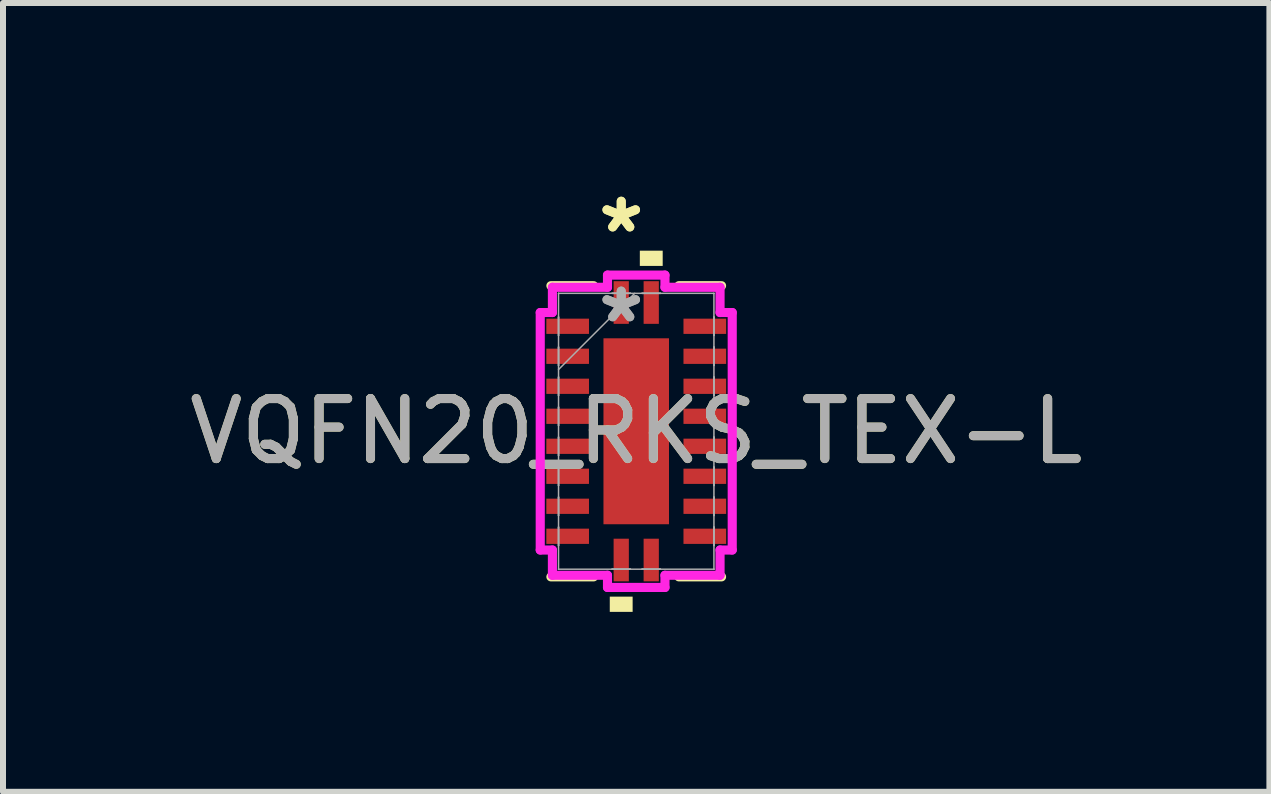
<source format=kicad_pcb>
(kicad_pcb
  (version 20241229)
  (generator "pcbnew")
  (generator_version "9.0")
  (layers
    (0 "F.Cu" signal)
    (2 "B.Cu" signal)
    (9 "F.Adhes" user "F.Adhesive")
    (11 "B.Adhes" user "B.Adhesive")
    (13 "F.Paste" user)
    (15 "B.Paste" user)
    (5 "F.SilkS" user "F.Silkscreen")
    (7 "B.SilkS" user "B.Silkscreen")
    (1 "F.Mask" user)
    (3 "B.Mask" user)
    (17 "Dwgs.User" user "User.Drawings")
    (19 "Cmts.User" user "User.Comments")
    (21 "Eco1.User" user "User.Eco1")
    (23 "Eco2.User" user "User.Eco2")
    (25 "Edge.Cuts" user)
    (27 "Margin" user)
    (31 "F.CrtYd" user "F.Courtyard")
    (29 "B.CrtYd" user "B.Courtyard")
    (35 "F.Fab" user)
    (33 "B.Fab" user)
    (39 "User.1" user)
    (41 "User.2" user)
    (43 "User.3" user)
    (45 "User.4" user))
  (footprint "VQFN20_RKS_TEX-L"
    (layer "F.Cu")
    (at 7.554 4.138)
    (property "Reference" "VQFN20_RKS_TEX-L" (at 0 0 0) (unlocked yes) (layer "F.SilkS") (effects (font (size 1 1) (thickness 0.15))))
    (attr smd)
    (fp_line (start -1.422 2.426) (end -0.71 2.426) (stroke (width 0.152) (type solid)) (layer "F.SilkS"))
    (fp_line (start -0.71 -2.426) (end -1.422 -2.426) (stroke (width 0.152) (type solid)) (layer "F.SilkS"))
    (fp_line (start 0.71 2.426) (end 1.422 2.426) (stroke (width 0.152) (type solid)) (layer "F.SilkS"))
    (fp_line (start 1.422 -2.426) (end 0.71 -2.426) (stroke (width 0.152) (type solid)) (layer "F.SilkS"))
    (fp_poly (pts (xy -0.441 2.756) (xy -0.441 3.01) (xy -0.06 3.01) (xy -0.06 2.756)) (stroke (width 0) (type solid)) (fill yes) (layer "F.SilkS"))
    (fp_poly (pts (xy 0.06 -2.756) (xy 0.06 -3.01) (xy 0.441 -3.01) (xy 0.441 -2.756)) (stroke (width 0) (type solid)) (fill yes) (layer "F.SilkS"))
    (fp_poly (pts (xy -0.446 -1.449) (xy -0.446 -0.1) (xy 0.446 -0.1) (xy 0.446 -1.449)) (stroke (width 0) (type solid)) (fill yes) (layer "F.Paste"))
    (fp_poly (pts (xy -0.446 0.1) (xy -0.446 1.449) (xy 0.446 1.449) (xy 0.446 0.1)) (stroke (width 0) (type solid)) (fill yes) (layer "F.Paste"))
    (fp_line (start -1.6 -1.979) (end -1.397 -1.979) (stroke (width 0.152) (type solid)) (layer "F.CrtYd"))
    (fp_line (start -1.6 1.979) (end -1.6 -1.979) (stroke (width 0.152) (type solid)) (layer "F.CrtYd"))
    (fp_line (start -1.397 -2.4) (end -0.479 -2.4) (stroke (width 0.152) (type solid)) (layer "F.CrtYd"))
    (fp_line (start -1.397 -1.979) (end -1.397 -2.4) (stroke (width 0.152) (type solid)) (layer "F.CrtYd"))
    (fp_line (start -1.397 1.979) (end -1.6 1.979) (stroke (width 0.152) (type solid)) (layer "F.CrtYd"))
    (fp_line (start -1.397 2.4) (end -1.397 1.979) (stroke (width 0.152) (type solid)) (layer "F.CrtYd"))
    (fp_line (start -0.479 -2.603) (end 0.479 -2.603) (stroke (width 0.152) (type solid)) (layer "F.CrtYd"))
    (fp_line (start -0.479 -2.4) (end -0.479 -2.603) (stroke (width 0.152) (type solid)) (layer "F.CrtYd"))
    (fp_line (start -0.479 2.4) (end -1.397 2.4) (stroke (width 0.152) (type solid)) (layer "F.CrtYd"))
    (fp_line (start -0.479 2.603) (end -0.479 2.4) (stroke (width 0.152) (type solid)) (layer "F.CrtYd"))
    (fp_line (start 0.479 -2.603) (end 0.479 -2.4) (stroke (width 0.152) (type solid)) (layer "F.CrtYd"))
    (fp_line (start 0.479 -2.4) (end 1.397 -2.4) (stroke (width 0.152) (type solid)) (layer "F.CrtYd"))
    (fp_line (start 0.479 2.4) (end 0.479 2.603) (stroke (width 0.152) (type solid)) (layer "F.CrtYd"))
    (fp_line (start 0.479 2.603) (end -0.479 2.603) (stroke (width 0.152) (type solid)) (layer "F.CrtYd"))
    (fp_line (start 1.397 -2.4) (end 1.397 -1.979) (stroke (width 0.152) (type solid)) (layer "F.CrtYd"))
    (fp_line (start 1.397 -1.979) (end 1.6 -1.979) (stroke (width 0.152) (type solid)) (layer "F.CrtYd"))
    (fp_line (start 1.397 1.979) (end 1.397 2.4) (stroke (width 0.152) (type solid)) (layer "F.CrtYd"))
    (fp_line (start 1.397 2.4) (end 0.479 2.4) (stroke (width 0.152) (type solid)) (layer "F.CrtYd"))
    (fp_line (start 1.6 -1.979) (end 1.6 1.979) (stroke (width 0.152) (type solid)) (layer "F.CrtYd"))
    (fp_line (start 1.6 1.979) (end 1.397 1.979) (stroke (width 0.152) (type solid)) (layer "F.CrtYd"))
    (fp_line (start -1.295 -2.299) (end -1.295 -2.299) (stroke (width 0.025) (type solid)) (layer "F.Fab"))
    (fp_line (start -1.295 -2.299) (end -1.295 2.299) (stroke (width 0.025) (type solid)) (layer "F.Fab"))
    (fp_line (start -1.295 -1.903) (end -1.295 -1.903) (stroke (width 0.025) (type solid)) (layer "F.Fab"))
    (fp_line (start -1.295 -1.903) (end -1.295 -1.598) (stroke (width 0.025) (type solid)) (layer "F.Fab"))
    (fp_line (start -1.295 -1.598) (end -1.295 -1.903) (stroke (width 0.025) (type solid)) (layer "F.Fab"))
    (fp_line (start -1.295 -1.598) (end -1.295 -1.598) (stroke (width 0.025) (type solid)) (layer "F.Fab"))
    (fp_line (start -1.295 -1.403) (end -1.295 -1.403) (stroke (width 0.025) (type solid)) (layer "F.Fab"))
    (fp_line (start -1.295 -1.403) (end -1.295 -1.098) (stroke (width 0.025) (type solid)) (layer "F.Fab"))
    (fp_line (start -1.295 -1.098) (end -1.295 -1.403) (stroke (width 0.025) (type solid)) (layer "F.Fab"))
    (fp_line (start -1.295 -1.098) (end -1.295 -1.098) (stroke (width 0.025) (type solid)) (layer "F.Fab"))
    (fp_line (start -1.295 -1.029) (end -0.025 -2.299) (stroke (width 0.025) (type solid)) (layer "F.Fab"))
    (fp_line (start -1.295 -0.903) (end -1.295 -0.903) (stroke (width 0.025) (type solid)) (layer "F.Fab"))
    (fp_line (start -1.295 -0.903) (end -1.295 -0.598) (stroke (width 0.025) (type solid)) (layer "F.Fab"))
    (fp_line (start -1.295 -0.598) (end -1.295 -0.903) (stroke (width 0.025) (type solid)) (layer "F.Fab"))
    (fp_line (start -1.295 -0.598) (end -1.295 -0.598) (stroke (width 0.025) (type solid)) (layer "F.Fab"))
    (fp_line (start -1.295 -0.402) (end -1.295 -0.402) (stroke (width 0.025) (type solid)) (layer "F.Fab"))
    (fp_line (start -1.295 -0.402) (end -1.295 -0.098) (stroke (width 0.025) (type solid)) (layer "F.Fab"))
    (fp_line (start -1.295 -0.098) (end -1.295 -0.402) (stroke (width 0.025) (type solid)) (layer "F.Fab"))
    (fp_line (start -1.295 -0.098) (end -1.295 -0.098) (stroke (width 0.025) (type solid)) (layer "F.Fab"))
    (fp_line (start -1.295 0.098) (end -1.295 0.098) (stroke (width 0.025) (type solid)) (layer "F.Fab"))
    (fp_line (start -1.295 0.098) (end -1.295 0.402) (stroke (width 0.025) (type solid)) (layer "F.Fab"))
    (fp_line (start -1.295 0.402) (end -1.295 0.098) (stroke (width 0.025) (type solid)) (layer "F.Fab"))
    (fp_line (start -1.295 0.402) (end -1.295 0.402) (stroke (width 0.025) (type solid)) (layer "F.Fab"))
    (fp_line (start -1.295 0.598) (end -1.295 0.598) (stroke (width 0.025) (type solid)) (layer "F.Fab"))
    (fp_line (start -1.295 0.598) (end -1.295 0.903) (stroke (width 0.025) (type solid)) (layer "F.Fab"))
    (fp_line (start -1.295 0.903) (end -1.295 0.598) (stroke (width 0.025) (type solid)) (layer "F.Fab"))
    (fp_line (start -1.295 0.903) (end -1.295 0.903) (stroke (width 0.025) (type solid)) (layer "F.Fab"))
    (fp_line (start -1.295 1.098) (end -1.295 1.098) (stroke (width 0.025) (type solid)) (layer "F.Fab"))
    (fp_line (start -1.295 1.098) (end -1.295 1.403) (stroke (width 0.025) (type solid)) (layer "F.Fab"))
    (fp_line (start -1.295 1.403) (end -1.295 1.098) (stroke (width 0.025) (type solid)) (layer "F.Fab"))
    (fp_line (start -1.295 1.403) (end -1.295 1.403) (stroke (width 0.025) (type solid)) (layer "F.Fab"))
    (fp_line (start -1.295 1.598) (end -1.295 1.598) (stroke (width 0.025) (type solid)) (layer "F.Fab"))
    (fp_line (start -1.295 1.598) (end -1.295 1.903) (stroke (width 0.025) (type solid)) (layer "F.Fab"))
    (fp_line (start -1.295 1.903) (end -1.295 1.598) (stroke (width 0.025) (type solid)) (layer "F.Fab"))
    (fp_line (start -1.295 1.903) (end -1.295 1.903) (stroke (width 0.025) (type solid)) (layer "F.Fab"))
    (fp_line (start -1.295 2.299) (end -1.295 2.299) (stroke (width 0.025) (type solid)) (layer "F.Fab"))
    (fp_line (start -1.295 2.299) (end 1.295 2.299) (stroke (width 0.025) (type solid)) (layer "F.Fab"))
    (fp_line (start -0.402 -2.299) (end -0.402 -2.299) (stroke (width 0.025) (type solid)) (layer "F.Fab"))
    (fp_line (start -0.402 -2.299) (end -0.098 -2.299) (stroke (width 0.025) (type solid)) (layer "F.Fab"))
    (fp_line (start -0.402 2.299) (end -0.402 2.299) (stroke (width 0.025) (type solid)) (layer "F.Fab"))
    (fp_line (start -0.402 2.299) (end -0.098 2.299) (stroke (width 0.025) (type solid)) (layer "F.Fab"))
    (fp_line (start -0.098 -2.299) (end -0.402 -2.299) (stroke (width 0.025) (type solid)) (layer "F.Fab"))
    (fp_line (start -0.098 -2.299) (end -0.098 -2.299) (stroke (width 0.025) (type solid)) (layer "F.Fab"))
    (fp_line (start -0.098 2.299) (end -0.402 2.299) (stroke (width 0.025) (type solid)) (layer "F.Fab"))
    (fp_line (start -0.098 2.299) (end -0.098 2.299) (stroke (width 0.025) (type solid)) (layer "F.Fab"))
    (fp_line (start 0.098 -2.299) (end 0.098 -2.299) (stroke (width 0.025) (type solid)) (layer "F.Fab"))
    (fp_line (start 0.098 -2.299) (end 0.402 -2.299) (stroke (width 0.025) (type solid)) (layer "F.Fab"))
    (fp_line (start 0.098 2.299) (end 0.098 2.299) (stroke (width 0.025) (type solid)) (layer "F.Fab"))
    (fp_line (start 0.098 2.299) (end 0.402 2.299) (stroke (width 0.025) (type solid)) (layer "F.Fab"))
    (fp_line (start 0.402 -2.299) (end 0.098 -2.299) (stroke (width 0.025) (type solid)) (layer "F.Fab"))
    (fp_line (start 0.402 -2.299) (end 0.402 -2.299) (stroke (width 0.025) (type solid)) (layer "F.Fab"))
    (fp_line (start 0.402 2.299) (end 0.098 2.299) (stroke (width 0.025) (type solid)) (layer "F.Fab"))
    (fp_line (start 0.402 2.299) (end 0.402 2.299) (stroke (width 0.025) (type solid)) (layer "F.Fab"))
    (fp_line (start 1.295 -2.299) (end -1.295 -2.299) (stroke (width 0.025) (type solid)) (layer "F.Fab"))
    (fp_line (start 1.295 -2.299) (end 1.295 -2.299) (stroke (width 0.025) (type solid)) (layer "F.Fab"))
    (fp_line (start 1.295 -1.903) (end 1.295 -1.903) (stroke (width 0.025) (type solid)) (layer "F.Fab"))
    (fp_line (start 1.295 -1.903) (end 1.295 -1.598) (stroke (width 0.025) (type solid)) (layer "F.Fab"))
    (fp_line (start 1.295 -1.598) (end 1.295 -1.903) (stroke (width 0.025) (type solid)) (layer "F.Fab"))
    (fp_line (start 1.295 -1.598) (end 1.295 -1.598) (stroke (width 0.025) (type solid)) (layer "F.Fab"))
    (fp_line (start 1.295 -1.403) (end 1.295 -1.403) (stroke (width 0.025) (type solid)) (layer "F.Fab"))
    (fp_line (start 1.295 -1.403) (end 1.295 -1.098) (stroke (width 0.025) (type solid)) (layer "F.Fab"))
    (fp_line (start 1.295 -1.098) (end 1.295 -1.403) (stroke (width 0.025) (type solid)) (layer "F.Fab"))
    (fp_line (start 1.295 -1.098) (end 1.295 -1.098) (stroke (width 0.025) (type solid)) (layer "F.Fab"))
    (fp_line (start 1.295 -0.903) (end 1.295 -0.903) (stroke (width 0.025) (type solid)) (layer "F.Fab"))
    (fp_line (start 1.295 -0.903) (end 1.295 -0.598) (stroke (width 0.025) (type solid)) (layer "F.Fab"))
    (fp_line (start 1.295 -0.598) (end 1.295 -0.903) (stroke (width 0.025) (type solid)) (layer "F.Fab"))
    (fp_line (start 1.295 -0.598) (end 1.295 -0.598) (stroke (width 0.025) (type solid)) (layer "F.Fab"))
    (fp_line (start 1.295 -0.402) (end 1.295 -0.402) (stroke (width 0.025) (type solid)) (layer "F.Fab"))
    (fp_line (start 1.295 -0.402) (end 1.295 -0.098) (stroke (width 0.025) (type solid)) (layer "F.Fab"))
    (fp_line (start 1.295 -0.098) (end 1.295 -0.402) (stroke (width 0.025) (type solid)) (layer "F.Fab"))
    (fp_line (start 1.295 -0.098) (end 1.295 -0.098) (stroke (width 0.025) (type solid)) (layer "F.Fab"))
    (fp_line (start 1.295 0.098) (end 1.295 0.098) (stroke (width 0.025) (type solid)) (layer "F.Fab"))
    (fp_line (start 1.295 0.098) (end 1.295 0.402) (stroke (width 0.025) (type solid)) (layer "F.Fab"))
    (fp_line (start 1.295 0.402) (end 1.295 0.098) (stroke (width 0.025) (type solid)) (layer "F.Fab"))
    (fp_line (start 1.295 0.402) (end 1.295 0.402) (stroke (width 0.025) (type solid)) (layer "F.Fab"))
    (fp_line (start 1.295 0.598) (end 1.295 0.598) (stroke (width 0.025) (type solid)) (layer "F.Fab"))
    (fp_line (start 1.295 0.598) (end 1.295 0.903) (stroke (width 0.025) (type solid)) (layer "F.Fab"))
    (fp_line (start 1.295 0.903) (end 1.295 0.598) (stroke (width 0.025) (type solid)) (layer "F.Fab"))
    (fp_line (start 1.295 0.903) (end 1.295 0.903) (stroke (width 0.025) (type solid)) (layer "F.Fab"))
    (fp_line (start 1.295 1.098) (end 1.295 1.098) (stroke (width 0.025) (type solid)) (layer "F.Fab"))
    (fp_line (start 1.295 1.098) (end 1.295 1.403) (stroke (width 0.025) (type solid)) (layer "F.Fab"))
    (fp_line (start 1.295 1.403) (end 1.295 1.098) (stroke (width 0.025) (type solid)) (layer "F.Fab"))
    (fp_line (start 1.295 1.403) (end 1.295 1.403) (stroke (width 0.025) (type solid)) (layer "F.Fab"))
    (fp_line (start 1.295 1.598) (end 1.295 1.598) (stroke (width 0.025) (type solid)) (layer "F.Fab"))
    (fp_line (start 1.295 1.598) (end 1.295 1.903) (stroke (width 0.025) (type solid)) (layer "F.Fab"))
    (fp_line (start 1.295 1.903) (end 1.295 1.598) (stroke (width 0.025) (type solid)) (layer "F.Fab"))
    (fp_line (start 1.295 1.903) (end 1.295 1.903) (stroke (width 0.025) (type solid)) (layer "F.Fab"))
    (fp_line (start 1.295 2.299) (end 1.295 -2.299) (stroke (width 0.025) (type solid)) (layer "F.Fab"))
    (fp_line (start 1.295 2.299) (end 1.295 2.299) (stroke (width 0.025) (type solid)) (layer "F.Fab"))
    (fp_text user "*" (at -0.25 -3.289 0) (unlocked yes) (layer "F.SilkS") (effects (font (size 1 1) (thickness 0.15))))
    (fp_text user "*" (at -0.25 -3.289 0) (layer "F.SilkS") (effects (font (size 1 1) (thickness 0.15))))
    (fp_text user "*" (at -0.25 -1.791 0) (layer "F.Fab") (effects (font (size 1 1) (thickness 0.15))))
    (fp_text user "*" (at -0.25 -1.791 0) (unlocked yes) (layer "F.Fab") (effects (font (size 1 1) (thickness 0.15))))
    (fp_text user "${REFERENCE}" (at 0 0 0) (unlocked yes) (layer "F.Fab") (effects (font (size 1 1) (thickness 0.15))))
    (pad "1" smd rect (at -0.25 -2.146) (size 0.254 0.711) (layers "F.Cu" "F.Mask" "F.Paste"))
    (pad "2" smd rect (at -1.143 -1.75 90) (size 0.254 0.711) (layers "F.Cu" "F.Mask" "F.Paste"))
    (pad "3" smd rect (at -1.143 -1.25 90) (size 0.254 0.711) (layers "F.Cu" "F.Mask" "F.Paste"))
    (pad "4" smd rect (at -1.143 -0.75 90) (size 0.254 0.711) (layers "F.Cu" "F.Mask" "F.Paste"))
    (pad "5" smd rect (at -1.143 -0.25 90) (size 0.254 0.711) (layers "F.Cu" "F.Mask" "F.Paste"))
    (pad "6" smd rect (at -1.143 0.25 90) (size 0.254 0.711) (layers "F.Cu" "F.Mask" "F.Paste"))
    (pad "7" smd rect (at -1.143 0.75 90) (size 0.254 0.711) (layers "F.Cu" "F.Mask" "F.Paste"))
    (pad "8" smd rect (at -1.143 1.25 90) (size 0.254 0.711) (layers "F.Cu" "F.Mask" "F.Paste"))
    (pad "9" smd rect (at -1.143 1.75 90) (size 0.254 0.711) (layers "F.Cu" "F.Mask" "F.Paste"))
    (pad "10" smd rect (at -0.25 2.146) (size 0.254 0.711) (layers "F.Cu" "F.Mask" "F.Paste"))
    (pad "11" smd rect (at 0.25 2.146) (size 0.254 0.711) (layers "F.Cu" "F.Mask" "F.Paste"))
    (pad "12" smd rect (at 1.143 1.75 90) (size 0.254 0.711) (layers "F.Cu" "F.Mask" "F.Paste"))
    (pad "13" smd rect (at 1.143 1.25 90) (size 0.254 0.711) (layers "F.Cu" "F.Mask" "F.Paste"))
    (pad "14" smd rect (at 1.143 0.75 90) (size 0.254 0.711) (layers "F.Cu" "F.Mask" "F.Paste"))
    (pad "15" smd rect (at 1.143 0.25 90) (size 0.254 0.711) (layers "F.Cu" "F.Mask" "F.Paste"))
    (pad "16" smd rect (at 1.143 -0.25 90) (size 0.254 0.711) (layers "F.Cu" "F.Mask" "F.Paste"))
    (pad "17" smd rect (at 1.143 -0.75 90) (size 0.254 0.711) (layers "F.Cu" "F.Mask" "F.Paste"))
    (pad "18" smd rect (at 1.143 -1.25 90) (size 0.254 0.711) (layers "F.Cu" "F.Mask" "F.Paste"))
    (pad "19" smd rect (at 1.143 -1.75 90) (size 0.254 0.711) (layers "F.Cu" "F.Mask" "F.Paste"))
    (pad "20" smd rect (at 0.25 -2.146) (size 0.254 0.711) (layers "F.Cu" "F.Mask" "F.Paste"))
    (pad "21" smd rect (at 0 0) (size 1.092 3.099) (layers "F.Cu" "F.Mask" "F.Paste")))
  (gr_rect
    (start -3 -3)
    (end 18.107 10.147)
    (stroke (width 0.1) (type default))
    (fill no)
    (layer "Edge.Cuts")))
</source>
